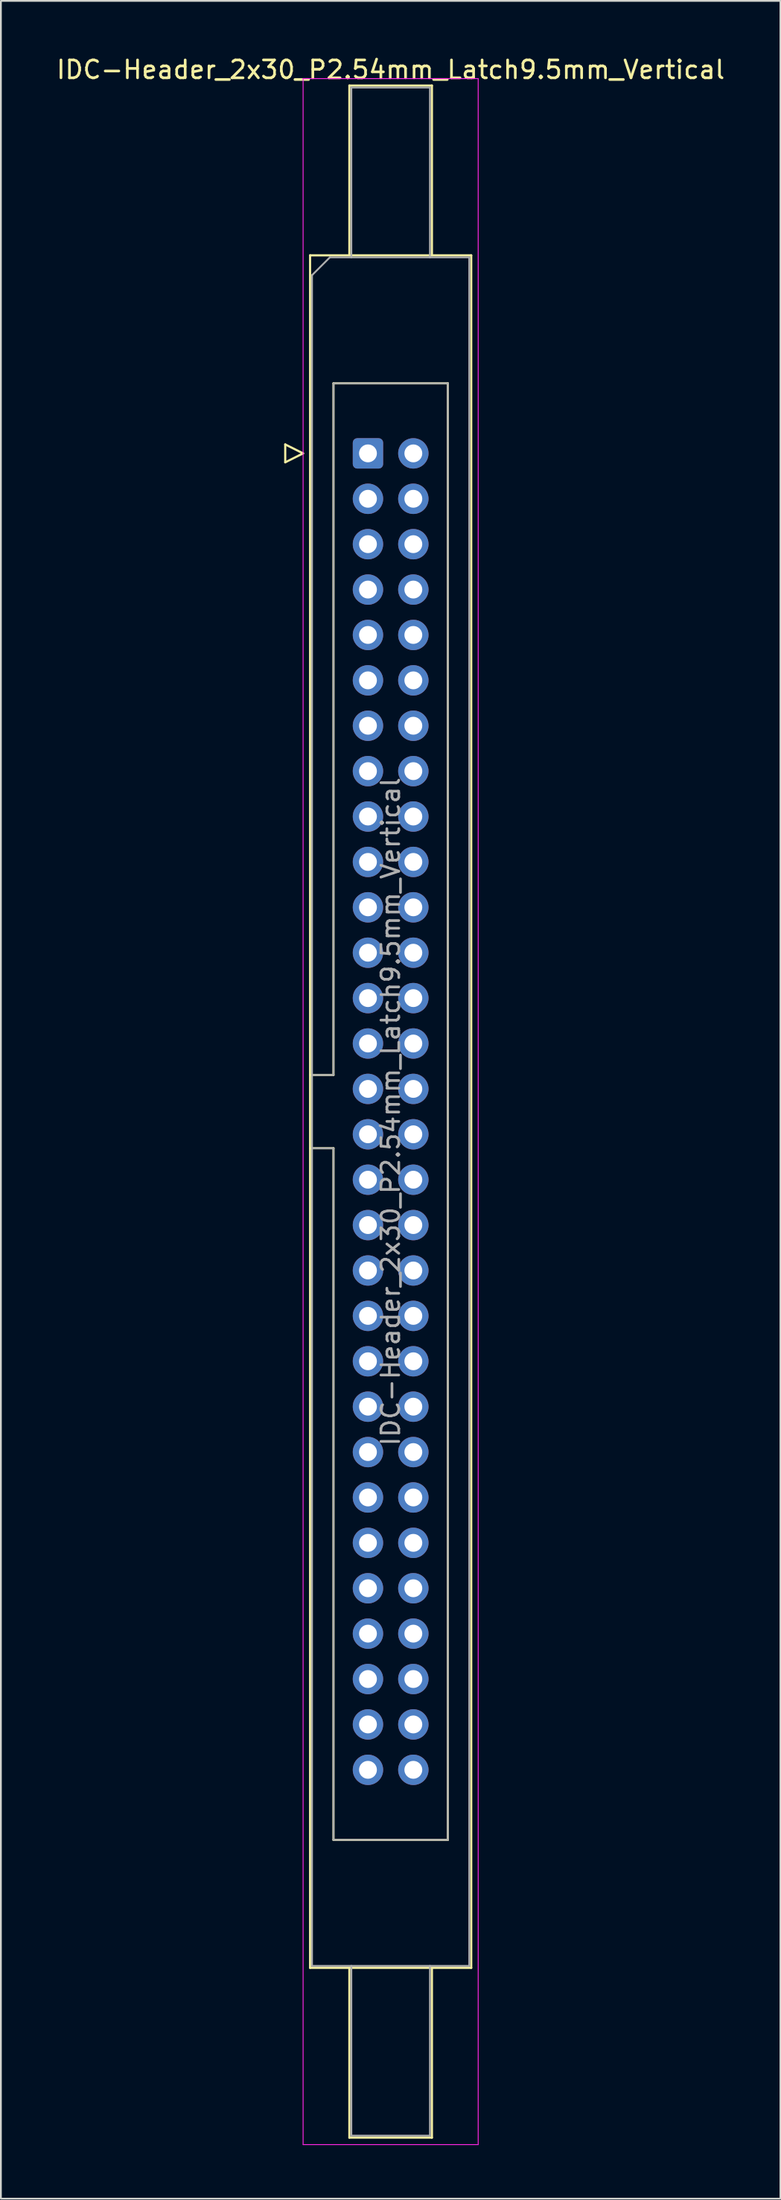
<source format=kicad_pcb>
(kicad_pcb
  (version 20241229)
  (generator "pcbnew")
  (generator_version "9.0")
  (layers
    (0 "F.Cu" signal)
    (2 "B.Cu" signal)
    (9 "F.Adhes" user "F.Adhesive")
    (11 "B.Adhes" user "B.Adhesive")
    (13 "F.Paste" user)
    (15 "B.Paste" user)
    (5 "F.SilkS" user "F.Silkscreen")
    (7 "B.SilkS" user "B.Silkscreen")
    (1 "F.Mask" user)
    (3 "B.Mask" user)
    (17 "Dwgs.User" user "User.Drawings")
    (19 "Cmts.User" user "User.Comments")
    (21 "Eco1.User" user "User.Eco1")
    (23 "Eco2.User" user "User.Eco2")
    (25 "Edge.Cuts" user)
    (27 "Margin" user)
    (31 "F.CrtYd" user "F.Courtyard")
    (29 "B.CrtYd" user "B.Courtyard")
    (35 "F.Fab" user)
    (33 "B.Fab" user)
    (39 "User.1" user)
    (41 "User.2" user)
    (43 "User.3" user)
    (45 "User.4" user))
  (footprint "IDC-Header_2x30_P2.54mm_Latch9.5mm_Vertical"
    (layer "F.Cu")
    (at 17.545 22.318)
    (property "Reference" "IDC-Header_2x30_P2.54mm_Latch9.5mm_Vertical" (at 1.27 -21.47 0) (layer "F.SilkS") (effects (font (size 1 1) (thickness 0.15))))
    (attr through_hole)
    (fp_line (start -4.63 -0.5) (end -4.63 0.5) (stroke (width 0.12) (type solid)) (layer "F.SilkS"))
    (fp_line (start -4.63 0.5) (end -3.63 0) (stroke (width 0.12) (type solid)) (layer "F.SilkS"))
    (fp_line (start -3.63 0) (end -4.63 -0.5) (stroke (width 0.12) (type solid)) (layer "F.SilkS"))
    (fp_line (start -3.24 -11.08) (end 5.78 -11.08) (stroke (width 0.12) (type solid)) (layer "F.SilkS"))
    (fp_line (start -3.24 34.78) (end -1.93 34.78) (stroke (width 0.12) (type solid)) (layer "F.SilkS"))
    (fp_line (start -3.24 84.74) (end -3.24 -11.08) (stroke (width 0.12) (type solid)) (layer "F.SilkS"))
    (fp_line (start -1.93 -3.92) (end 4.47 -3.92) (stroke (width 0.12) (type solid)) (layer "F.SilkS"))
    (fp_line (start -1.93 34.78) (end -1.93 -3.92) (stroke (width 0.12) (type solid)) (layer "F.SilkS"))
    (fp_line (start -1.93 38.88) (end -3.24 38.88) (stroke (width 0.12) (type solid)) (layer "F.SilkS"))
    (fp_line (start -1.93 77.58) (end -1.93 38.88) (stroke (width 0.12) (type solid)) (layer "F.SilkS"))
    (fp_line (start -1.04 -20.58) (end 3.58 -20.58) (stroke (width 0.12) (type solid)) (layer "F.SilkS"))
    (fp_line (start -1.04 -11.08) (end -1.04 -20.58) (stroke (width 0.12) (type solid)) (layer "F.SilkS"))
    (fp_line (start -1.04 84.74) (end -1.04 94.24) (stroke (width 0.12) (type solid)) (layer "F.SilkS"))
    (fp_line (start -1.04 94.24) (end 3.58 94.24) (stroke (width 0.12) (type solid)) (layer "F.SilkS"))
    (fp_line (start 3.58 -20.58) (end 3.58 -11.08) (stroke (width 0.12) (type solid)) (layer "F.SilkS"))
    (fp_line (start 3.58 94.24) (end 3.58 84.74) (stroke (width 0.12) (type solid)) (layer "F.SilkS"))
    (fp_line (start 4.47 -3.92) (end 4.47 77.58) (stroke (width 0.12) (type solid)) (layer "F.SilkS"))
    (fp_line (start 4.47 77.58) (end -1.93 77.58) (stroke (width 0.12) (type solid)) (layer "F.SilkS"))
    (fp_line (start 5.78 -11.08) (end 5.78 84.74) (stroke (width 0.12) (type solid)) (layer "F.SilkS"))
    (fp_line (start 5.78 84.74) (end -3.24 84.74) (stroke (width 0.12) (type solid)) (layer "F.SilkS"))
    (fp_line (start -3.63 -20.97) (end -3.63 94.63) (stroke (width 0.05) (type solid)) (layer "F.CrtYd"))
    (fp_line (start -3.63 94.63) (end 6.17 94.63) (stroke (width 0.05) (type solid)) (layer "F.CrtYd"))
    (fp_line (start 6.17 -20.97) (end -3.63 -20.97) (stroke (width 0.05) (type solid)) (layer "F.CrtYd"))
    (fp_line (start 6.17 94.63) (end 6.17 -20.97) (stroke (width 0.05) (type solid)) (layer "F.CrtYd"))
    (fp_line (start -3.13 -9.97) (end -2.13 -10.97) (stroke (width 0.1) (type solid)) (layer "F.Fab"))
    (fp_line (start -3.13 34.78) (end -1.93 34.78) (stroke (width 0.1) (type solid)) (layer "F.Fab"))
    (fp_line (start -3.13 84.63) (end -3.13 -9.97) (stroke (width 0.1) (type solid)) (layer "F.Fab"))
    (fp_line (start -2.13 -10.97) (end 5.67 -10.97) (stroke (width 0.1) (type solid)) (layer "F.Fab"))
    (fp_line (start -1.93 -3.92) (end 4.47 -3.92) (stroke (width 0.1) (type solid)) (layer "F.Fab"))
    (fp_line (start -1.93 34.78) (end -1.93 -3.92) (stroke (width 0.1) (type solid)) (layer "F.Fab"))
    (fp_line (start -1.93 38.88) (end -3.13 38.88) (stroke (width 0.1) (type solid)) (layer "F.Fab"))
    (fp_line (start -1.93 77.58) (end -1.93 38.88) (stroke (width 0.1) (type solid)) (layer "F.Fab"))
    (fp_line (start -0.93 -20.47) (end 3.47 -20.47) (stroke (width 0.1) (type solid)) (layer "F.Fab"))
    (fp_line (start -0.93 -10.97) (end -0.93 -20.47) (stroke (width 0.1) (type solid)) (layer "F.Fab"))
    (fp_line (start -0.93 84.63) (end -0.93 94.13) (stroke (width 0.1) (type solid)) (layer "F.Fab"))
    (fp_line (start -0.93 94.13) (end 3.47 94.13) (stroke (width 0.1) (type solid)) (layer "F.Fab"))
    (fp_line (start 3.47 -20.47) (end 3.47 -10.97) (stroke (width 0.1) (type solid)) (layer "F.Fab"))
    (fp_line (start 3.47 94.13) (end 3.47 84.63) (stroke (width 0.1) (type solid)) (layer "F.Fab"))
    (fp_line (start 4.47 -3.92) (end 4.47 77.58) (stroke (width 0.1) (type solid)) (layer "F.Fab"))
    (fp_line (start 4.47 77.58) (end -1.93 77.58) (stroke (width 0.1) (type solid)) (layer "F.Fab"))
    (fp_line (start 5.67 -10.97) (end 5.67 84.63) (stroke (width 0.1) (type solid)) (layer "F.Fab"))
    (fp_line (start 5.67 84.63) (end -3.13 84.63) (stroke (width 0.1) (type solid)) (layer "F.Fab"))
    (fp_text user "${REFERENCE}" (at 1.27 36.83 90) (layer "F.Fab") (effects (font (size 1 1) (thickness 0.15))))
    (pad "1" thru_hole roundrect (at 0 0) (size 1.7 1.7) (drill 1) (layers "*.Cu" "*.Mask") (roundrect_rratio 0.147))
    (pad "2" thru_hole circle (at 2.54 0) (size 1.7 1.7) (drill 1) (layers "*.Cu" "*.Mask"))
    (pad "3" thru_hole circle (at 0 2.54) (size 1.7 1.7) (drill 1) (layers "*.Cu" "*.Mask"))
    (pad "4" thru_hole circle (at 2.54 2.54) (size 1.7 1.7) (drill 1) (layers "*.Cu" "*.Mask"))
    (pad "5" thru_hole circle (at 0 5.08) (size 1.7 1.7) (drill 1) (layers "*.Cu" "*.Mask"))
    (pad "6" thru_hole circle (at 2.54 5.08) (size 1.7 1.7) (drill 1) (layers "*.Cu" "*.Mask"))
    (pad "7" thru_hole circle (at 0 7.62) (size 1.7 1.7) (drill 1) (layers "*.Cu" "*.Mask"))
    (pad "8" thru_hole circle (at 2.54 7.62) (size 1.7 1.7) (drill 1) (layers "*.Cu" "*.Mask"))
    (pad "9" thru_hole circle (at 0 10.16) (size 1.7 1.7) (drill 1) (layers "*.Cu" "*.Mask"))
    (pad "10" thru_hole circle (at 2.54 10.16) (size 1.7 1.7) (drill 1) (layers "*.Cu" "*.Mask"))
    (pad "11" thru_hole circle (at 0 12.7) (size 1.7 1.7) (drill 1) (layers "*.Cu" "*.Mask"))
    (pad "12" thru_hole circle (at 2.54 12.7) (size 1.7 1.7) (drill 1) (layers "*.Cu" "*.Mask"))
    (pad "13" thru_hole circle (at 0 15.24) (size 1.7 1.7) (drill 1) (layers "*.Cu" "*.Mask"))
    (pad "14" thru_hole circle (at 2.54 15.24) (size 1.7 1.7) (drill 1) (layers "*.Cu" "*.Mask"))
    (pad "15" thru_hole circle (at 0 17.78) (size 1.7 1.7) (drill 1) (layers "*.Cu" "*.Mask"))
    (pad "16" thru_hole circle (at 2.54 17.78) (size 1.7 1.7) (drill 1) (layers "*.Cu" "*.Mask"))
    (pad "17" thru_hole circle (at 0 20.32) (size 1.7 1.7) (drill 1) (layers "*.Cu" "*.Mask"))
    (pad "18" thru_hole circle (at 2.54 20.32) (size 1.7 1.7) (drill 1) (layers "*.Cu" "*.Mask"))
    (pad "19" thru_hole circle (at 0 22.86) (size 1.7 1.7) (drill 1) (layers "*.Cu" "*.Mask"))
    (pad "20" thru_hole circle (at 2.54 22.86) (size 1.7 1.7) (drill 1) (layers "*.Cu" "*.Mask"))
    (pad "21" thru_hole circle (at 0 25.4) (size 1.7 1.7) (drill 1) (layers "*.Cu" "*.Mask"))
    (pad "22" thru_hole circle (at 2.54 25.4) (size 1.7 1.7) (drill 1) (layers "*.Cu" "*.Mask"))
    (pad "23" thru_hole circle (at 0 27.94) (size 1.7 1.7) (drill 1) (layers "*.Cu" "*.Mask"))
    (pad "24" thru_hole circle (at 2.54 27.94) (size 1.7 1.7) (drill 1) (layers "*.Cu" "*.Mask"))
    (pad "25" thru_hole circle (at 0 30.48) (size 1.7 1.7) (drill 1) (layers "*.Cu" "*.Mask"))
    (pad "26" thru_hole circle (at 2.54 30.48) (size 1.7 1.7) (drill 1) (layers "*.Cu" "*.Mask"))
    (pad "27" thru_hole circle (at 0 33.02) (size 1.7 1.7) (drill 1) (layers "*.Cu" "*.Mask"))
    (pad "28" thru_hole circle (at 2.54 33.02) (size 1.7 1.7) (drill 1) (layers "*.Cu" "*.Mask"))
    (pad "29" thru_hole circle (at 0 35.56) (size 1.7 1.7) (drill 1) (layers "*.Cu" "*.Mask"))
    (pad "30" thru_hole circle (at 2.54 35.56) (size 1.7 1.7) (drill 1) (layers "*.Cu" "*.Mask"))
    (pad "31" thru_hole circle (at 0 38.1) (size 1.7 1.7) (drill 1) (layers "*.Cu" "*.Mask"))
    (pad "32" thru_hole circle (at 2.54 38.1) (size 1.7 1.7) (drill 1) (layers "*.Cu" "*.Mask"))
    (pad "33" thru_hole circle (at 0 40.64) (size 1.7 1.7) (drill 1) (layers "*.Cu" "*.Mask"))
    (pad "34" thru_hole circle (at 2.54 40.64) (size 1.7 1.7) (drill 1) (layers "*.Cu" "*.Mask"))
    (pad "35" thru_hole circle (at 0 43.18) (size 1.7 1.7) (drill 1) (layers "*.Cu" "*.Mask"))
    (pad "36" thru_hole circle (at 2.54 43.18) (size 1.7 1.7) (drill 1) (layers "*.Cu" "*.Mask"))
    (pad "37" thru_hole circle (at 0 45.72) (size 1.7 1.7) (drill 1) (layers "*.Cu" "*.Mask"))
    (pad "38" thru_hole circle (at 2.54 45.72) (size 1.7 1.7) (drill 1) (layers "*.Cu" "*.Mask"))
    (pad "39" thru_hole circle (at 0 48.26) (size 1.7 1.7) (drill 1) (layers "*.Cu" "*.Mask"))
    (pad "40" thru_hole circle (at 2.54 48.26) (size 1.7 1.7) (drill 1) (layers "*.Cu" "*.Mask"))
    (pad "41" thru_hole circle (at 0 50.8) (size 1.7 1.7) (drill 1) (layers "*.Cu" "*.Mask"))
    (pad "42" thru_hole circle (at 2.54 50.8) (size 1.7 1.7) (drill 1) (layers "*.Cu" "*.Mask"))
    (pad "43" thru_hole circle (at 0 53.34) (size 1.7 1.7) (drill 1) (layers "*.Cu" "*.Mask"))
    (pad "44" thru_hole circle (at 2.54 53.34) (size 1.7 1.7) (drill 1) (layers "*.Cu" "*.Mask"))
    (pad "45" thru_hole circle (at 0 55.88) (size 1.7 1.7) (drill 1) (layers "*.Cu" "*.Mask"))
    (pad "46" thru_hole circle (at 2.54 55.88) (size 1.7 1.7) (drill 1) (layers "*.Cu" "*.Mask"))
    (pad "47" thru_hole circle (at 0 58.42) (size 1.7 1.7) (drill 1) (layers "*.Cu" "*.Mask"))
    (pad "48" thru_hole circle (at 2.54 58.42) (size 1.7 1.7) (drill 1) (layers "*.Cu" "*.Mask"))
    (pad "49" thru_hole circle (at 0 60.96) (size 1.7 1.7) (drill 1) (layers "*.Cu" "*.Mask"))
    (pad "50" thru_hole circle (at 2.54 60.96) (size 1.7 1.7) (drill 1) (layers "*.Cu" "*.Mask"))
    (pad "51" thru_hole circle (at 0 63.5) (size 1.7 1.7) (drill 1) (layers "*.Cu" "*.Mask"))
    (pad "52" thru_hole circle (at 2.54 63.5) (size 1.7 1.7) (drill 1) (layers "*.Cu" "*.Mask"))
    (pad "53" thru_hole circle (at 0 66.04) (size 1.7 1.7) (drill 1) (layers "*.Cu" "*.Mask"))
    (pad "54" thru_hole circle (at 2.54 66.04) (size 1.7 1.7) (drill 1) (layers "*.Cu" "*.Mask"))
    (pad "55" thru_hole circle (at 0 68.58) (size 1.7 1.7) (drill 1) (layers "*.Cu" "*.Mask"))
    (pad "56" thru_hole circle (at 2.54 68.58) (size 1.7 1.7) (drill 1) (layers "*.Cu" "*.Mask"))
    (pad "57" thru_hole circle (at 0 71.12) (size 1.7 1.7) (drill 1) (layers "*.Cu" "*.Mask"))
    (pad "58" thru_hole circle (at 2.54 71.12) (size 1.7 1.7) (drill 1) (layers "*.Cu" "*.Mask"))
    (pad "59" thru_hole circle (at 0 73.66) (size 1.7 1.7) (drill 1) (layers "*.Cu" "*.Mask"))
    (pad "60" thru_hole circle (at 2.54 73.66) (size 1.7 1.7) (drill 1) (layers "*.Cu" "*.Mask")))
  (gr_rect
    (start -3 -3)
    (end 40.631 119.973)
    (stroke (width 0.1) (type default))
    (fill no)
    (layer "Edge.Cuts")))
</source>
